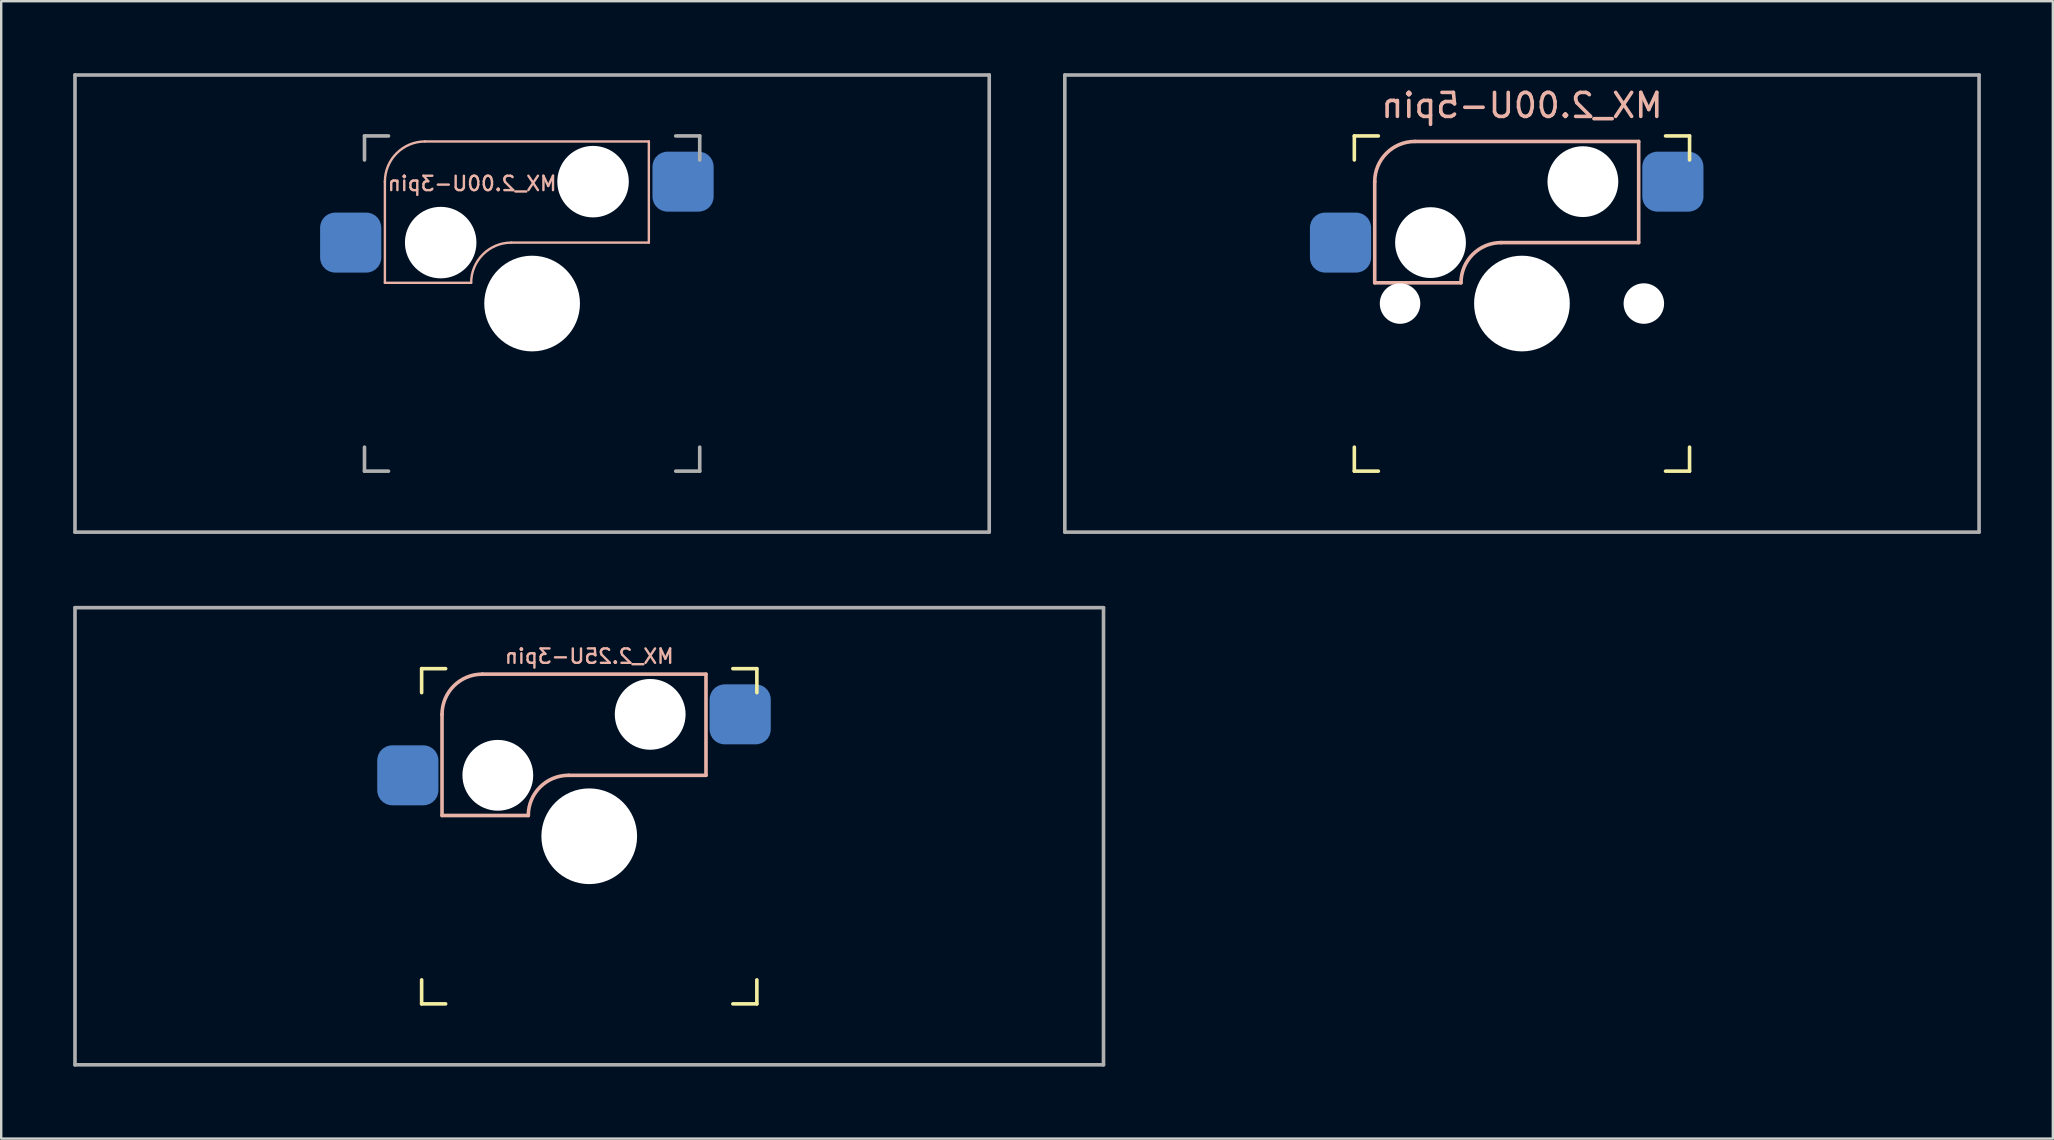
<source format=kicad_pcb>
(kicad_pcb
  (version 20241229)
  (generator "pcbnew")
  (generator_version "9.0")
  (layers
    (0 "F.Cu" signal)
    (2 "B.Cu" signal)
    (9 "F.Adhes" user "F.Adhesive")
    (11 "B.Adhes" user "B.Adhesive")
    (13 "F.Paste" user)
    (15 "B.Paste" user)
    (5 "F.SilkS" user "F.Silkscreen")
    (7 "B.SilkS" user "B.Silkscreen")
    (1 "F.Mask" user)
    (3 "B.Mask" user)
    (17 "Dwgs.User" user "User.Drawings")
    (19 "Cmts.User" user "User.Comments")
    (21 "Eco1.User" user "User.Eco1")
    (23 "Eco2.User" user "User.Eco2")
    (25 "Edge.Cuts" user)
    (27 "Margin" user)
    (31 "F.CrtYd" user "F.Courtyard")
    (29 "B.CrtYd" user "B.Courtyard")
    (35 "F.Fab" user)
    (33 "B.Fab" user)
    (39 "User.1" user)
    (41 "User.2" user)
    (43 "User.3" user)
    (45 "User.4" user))
  (footprint "MX_2.00U-5pin"
    (layer "F.Cu")
    (at 60.375 9.6)
    (property "Reference" "MX_2.00U-5pin" (at 0 -8.255 0) (layer "B.SilkS") (effects (font (size 1 1) (thickness 0.15)) (justify mirror)))
    (attr smd)
    (fp_line (start -6.985 -5.985) (end -6.985 -6.985) (stroke (width 0.15) (type solid)) (layer "F.SilkS"))
    (fp_line (start -6.985 6.985) (end -6.985 5.985) (stroke (width 0.15) (type solid)) (layer "F.SilkS"))
    (fp_line (start -6.985 6.985) (end -5.985 6.985) (stroke (width 0.15) (type solid)) (layer "F.SilkS"))
    (fp_line (start -5.985 -6.985) (end -6.985 -6.985) (stroke (width 0.15) (type solid)) (layer "F.SilkS"))
    (fp_line (start 5.985 6.985) (end 6.985 6.985) (stroke (width 0.15) (type solid)) (layer "F.SilkS"))
    (fp_line (start 6.985 -6.985) (end 5.985 -6.985) (stroke (width 0.15) (type solid)) (layer "F.SilkS"))
    (fp_line (start 6.985 -6.985) (end 6.985 -5.985) (stroke (width 0.15) (type solid)) (layer "F.SilkS"))
    (fp_line (start 6.985 5.985) (end 6.985 6.985) (stroke (width 0.15) (type solid)) (layer "F.SilkS"))
    (fp_line (start -6.135 -5.08) (end -6.135 -0.865) (stroke (width 0.15) (type solid)) (layer "B.SilkS"))
    (fp_line (start -6.135 -0.865) (end -2.54 -0.865) (stroke (width 0.15) (type solid)) (layer "B.SilkS"))
    (fp_line (start -4.46 -6.755) (end 4.865 -6.755) (stroke (width 0.15) (type solid)) (layer "B.SilkS"))
    (fp_line (start -0.865 -2.54) (end 4.865 -2.54) (stroke (width 0.15) (type solid)) (layer "B.SilkS"))
    (fp_line (start 4.865 -6.755) (end 4.865 -2.54) (stroke (width 0.15) (type solid)) (layer "B.SilkS"))
    (fp_arc (start -6.135 -5.08) (mid -5.644404 -6.264404) (end -4.46 -6.755) (stroke (width 0.15) (type solid)) (layer "B.SilkS"))
    (fp_arc (start -2.54 -0.865) (mid -2.049404 -2.049404) (end -0.865 -2.54) (stroke (width 0.15) (type solid)) (layer "B.SilkS"))
    (fp_line (start -6.985 6.985) (end -6.985 -6.985) (stroke (width 0.15) (type solid)) (layer "Eco2.User"))
    (fp_line (start -6.985 6.985) (end 6.985 6.985) (stroke (width 0.15) (type solid)) (layer "Eco2.User"))
    (fp_line (start 6.985 -6.985) (end -6.985 -6.985) (stroke (width 0.15) (type solid)) (layer "Eco2.User"))
    (fp_line (start 6.985 -6.985) (end 6.985 6.985) (stroke (width 0.15) (type solid)) (layer "Eco2.User"))
    (fp_line (start -19.05 -9.525) (end 19.05 -9.525) (stroke (width 0.15) (type solid)) (layer "F.Fab"))
    (fp_line (start -19.05 9.525) (end -19.05 -9.525) (stroke (width 0.15) (type solid)) (layer "F.Fab"))
    (fp_line (start 19.05 -9.525) (end 19.05 9.525) (stroke (width 0.15) (type solid)) (layer "F.Fab"))
    (fp_line (start 19.05 9.525) (end -19.05 9.525) (stroke (width 0.15) (type solid)) (layer "F.Fab"))
    (pad "" np_thru_hole circle (at -5.08 0) (size 1.688 1.688) (drill 1.688) (layers "*.Cu" "*.Mask"))
    (pad "" np_thru_hole circle (at -3.81 -2.54) (size 2.95 2.95) (drill 2.95) (layers "*.Cu" "*.Mask"))
    (pad "" np_thru_hole circle (at 0 0) (size 3.988 3.988) (drill 3.988) (layers "*.Cu" "*.Mask"))
    (pad "" np_thru_hole circle (at 2.54 -5.08) (size 2.95 2.95) (drill 2.95) (layers "*.Cu" "*.Mask"))
    (pad "" np_thru_hole circle (at 5.08 0) (size 1.688 1.688) (drill 1.688) (layers "*.Cu" "*.Mask"))
    (pad "1" smd roundrect (at 6.29 -5.08) (size 2.55 2.5) (layers "B.Cu" "B.Mask" "B.Paste") (roundrect_rratio 0.25))
    (pad "2" smd roundrect (at -7.56 -2.54) (size 2.55 2.5) (layers "B.Cu" "B.Mask" "B.Paste") (roundrect_rratio 0.25)))
  (footprint "MX_2.00U-3pin"
    (layer "F.Cu")
    (at 19.125 9.6)
    (property "Reference" "MX_2.00U-3pin" (at -2.5 -5 0) (layer "B.SilkS") (effects (font (size 0.6 0.6) (thickness 0.1)) (justify mirror)))
    (attr smd)
    (fp_line (start -6.135 -5.08) (end -6.135 -0.865) (stroke (width 0.1) (type solid)) (layer "B.SilkS"))
    (fp_line (start -6.135 -0.865) (end -2.54 -0.865) (stroke (width 0.1) (type solid)) (layer "B.SilkS"))
    (fp_line (start -4.46 -6.755) (end 4.865 -6.755) (stroke (width 0.1) (type solid)) (layer "B.SilkS"))
    (fp_line (start -0.865 -2.54) (end 4.865 -2.54) (stroke (width 0.1) (type solid)) (layer "B.SilkS"))
    (fp_line (start 4.865 -6.755) (end 4.865 -2.54) (stroke (width 0.1) (type solid)) (layer "B.SilkS"))
    (fp_arc (start -6.135 -5.08) (mid -5.644404 -6.264404) (end -4.46 -6.755) (stroke (width 0.1) (type solid)) (layer "B.SilkS"))
    (fp_arc (start -2.54 -0.865) (mid -2.049404 -2.049404) (end -0.865 -2.54) (stroke (width 0.1) (type solid)) (layer "B.SilkS"))
    (fp_line (start -6.985 6.985) (end -6.985 -6.985) (stroke (width 0.15) (type solid)) (layer "Eco2.User"))
    (fp_line (start -6.985 6.985) (end 6.985 6.985) (stroke (width 0.15) (type solid)) (layer "Eco2.User"))
    (fp_line (start 6.985 -6.985) (end -6.985 -6.985) (stroke (width 0.15) (type solid)) (layer "Eco2.User"))
    (fp_line (start 6.985 -6.985) (end 6.985 6.985) (stroke (width 0.15) (type solid)) (layer "Eco2.User"))
    (fp_line (start -19.05 -9.525) (end 19.05 -9.525) (stroke (width 0.15) (type solid)) (layer "F.Fab"))
    (fp_line (start -19.05 9.525) (end -19.05 -9.525) (stroke (width 0.15) (type solid)) (layer "F.Fab"))
    (fp_line (start -6.985 -5.985) (end -6.985 -6.985) (stroke (width 0.15) (type solid)) (layer "F.Fab"))
    (fp_line (start -6.985 6.985) (end -6.985 5.985) (stroke (width 0.15) (type solid)) (layer "F.Fab"))
    (fp_line (start -6.985 6.985) (end -5.985 6.985) (stroke (width 0.15) (type solid)) (layer "F.Fab"))
    (fp_line (start -5.985 -6.985) (end -6.985 -6.985) (stroke (width 0.15) (type solid)) (layer "F.Fab"))
    (fp_line (start 5.985 6.985) (end 6.985 6.985) (stroke (width 0.15) (type solid)) (layer "F.Fab"))
    (fp_line (start 6.985 -6.985) (end 5.985 -6.985) (stroke (width 0.15) (type solid)) (layer "F.Fab"))
    (fp_line (start 6.985 -6.985) (end 6.985 -5.985) (stroke (width 0.15) (type solid)) (layer "F.Fab"))
    (fp_line (start 6.985 5.985) (end 6.985 6.985) (stroke (width 0.15) (type solid)) (layer "F.Fab"))
    (fp_line (start 19.05 -9.525) (end 19.05 9.525) (stroke (width 0.15) (type solid)) (layer "F.Fab"))
    (fp_line (start 19.05 9.525) (end -19.05 9.525) (stroke (width 0.15) (type solid)) (layer "F.Fab"))
    (pad "" np_thru_hole circle (at -3.81 -2.54) (size 2.98 2.98) (drill 2.98) (layers "*.Cu" "*.Mask"))
    (pad "" np_thru_hole circle (at 0 0) (size 3.988 3.988) (drill 3.988) (layers "*.Cu" "*.Mask"))
    (pad "" np_thru_hole circle (at 2.54 -5.08) (size 2.98 2.98) (drill 2.98) (layers "*.Cu" "*.Mask"))
    (pad "1" smd roundrect (at 6.29 -5.08) (size 2.55 2.5) (layers "B.Cu" "B.Mask" "B.Paste") (roundrect_rratio 0.25))
    (pad "2" smd roundrect (at -7.56 -2.54) (size 2.55 2.5) (layers "B.Cu" "B.Mask" "B.Paste") (roundrect_rratio 0.25)))
  (footprint "MX_2.25U-3pin"
    (layer "F.Cu")
    (at 21.506 31.8)
    (property "Reference" "MX_2.25U-3pin" (at 0 -7.5 0) (layer "B.SilkS") (effects (font (size 0.6 0.6) (thickness 0.1)) (justify mirror)))
    (attr smd)
    (fp_line (start -6.985 -5.985) (end -6.985 -6.985) (stroke (width 0.15) (type solid)) (layer "F.SilkS"))
    (fp_line (start -6.985 6.985) (end -6.985 5.985) (stroke (width 0.15) (type solid)) (layer "F.SilkS"))
    (fp_line (start -6.985 6.985) (end -5.985 6.985) (stroke (width 0.15) (type solid)) (layer "F.SilkS"))
    (fp_line (start -5.985 -6.985) (end -6.985 -6.985) (stroke (width 0.15) (type solid)) (layer "F.SilkS"))
    (fp_line (start 5.985 6.985) (end 6.985 6.985) (stroke (width 0.15) (type solid)) (layer "F.SilkS"))
    (fp_line (start 6.985 -6.985) (end 5.985 -6.985) (stroke (width 0.15) (type solid)) (layer "F.SilkS"))
    (fp_line (start 6.985 -6.985) (end 6.985 -5.985) (stroke (width 0.15) (type solid)) (layer "F.SilkS"))
    (fp_line (start 6.985 5.985) (end 6.985 6.985) (stroke (width 0.15) (type solid)) (layer "F.SilkS"))
    (fp_line (start -6.135 -5.08) (end -6.135 -0.865) (stroke (width 0.15) (type solid)) (layer "B.SilkS"))
    (fp_line (start -6.135 -0.865) (end -2.54 -0.865) (stroke (width 0.15) (type solid)) (layer "B.SilkS"))
    (fp_line (start -4.46 -6.755) (end 4.865 -6.755) (stroke (width 0.15) (type solid)) (layer "B.SilkS"))
    (fp_line (start -0.865 -2.54) (end 4.865 -2.54) (stroke (width 0.15) (type solid)) (layer "B.SilkS"))
    (fp_line (start 4.865 -6.755) (end 4.865 -2.54) (stroke (width 0.15) (type solid)) (layer "B.SilkS"))
    (fp_arc (start -6.135 -5.08) (mid -5.644404 -6.264404) (end -4.46 -6.755) (stroke (width 0.15) (type solid)) (layer "B.SilkS"))
    (fp_arc (start -2.54 -0.865) (mid -2.049404 -2.049404) (end -0.865 -2.54) (stroke (width 0.15) (type solid)) (layer "B.SilkS"))
    (fp_line (start -6.985 6.985) (end -6.985 -6.985) (stroke (width 0.15) (type solid)) (layer "Eco2.User"))
    (fp_line (start -6.985 6.985) (end 6.985 6.985) (stroke (width 0.15) (type solid)) (layer "Eco2.User"))
    (fp_line (start 6.985 -6.985) (end -6.985 -6.985) (stroke (width 0.15) (type solid)) (layer "Eco2.User"))
    (fp_line (start 6.985 -6.985) (end 6.985 6.985) (stroke (width 0.15) (type solid)) (layer "Eco2.User"))
    (fp_line (start -21.431 -9.525) (end 21.431 -9.525) (stroke (width 0.15) (type solid)) (layer "F.Fab"))
    (fp_line (start -21.431 9.525) (end -21.431 -9.525) (stroke (width 0.15) (type solid)) (layer "F.Fab"))
    (fp_line (start 21.431 -9.525) (end 21.431 9.525) (stroke (width 0.15) (type solid)) (layer "F.Fab"))
    (fp_line (start 21.431 9.525) (end -21.431 9.525) (stroke (width 0.15) (type solid)) (layer "F.Fab"))
    (pad "" np_thru_hole circle (at -3.81 -2.54) (size 2.95 2.95) (drill 2.95) (layers "*.Cu" "*.Mask"))
    (pad "" np_thru_hole circle (at 0 0) (size 3.988 3.988) (drill 3.988) (layers "*.Cu" "*.Mask"))
    (pad "" np_thru_hole circle (at 2.54 -5.08) (size 2.95 2.95) (drill 2.95) (layers "*.Cu" "*.Mask"))
    (pad "1" smd roundrect (at 6.29 -5.08) (size 2.55 2.5) (layers "B.Cu" "B.Mask" "B.Paste") (roundrect_rratio 0.25))
    (pad "2" smd roundrect (at -7.56 -2.54) (size 2.55 2.5) (layers "B.Cu" "B.Mask" "B.Paste") (roundrect_rratio 0.25)))
  (gr_rect
    (start -3 -3)
    (end 82.5 44.4)
    (stroke (width 0.1) (type default))
    (fill no)
    (layer "Edge.Cuts")))
</source>
